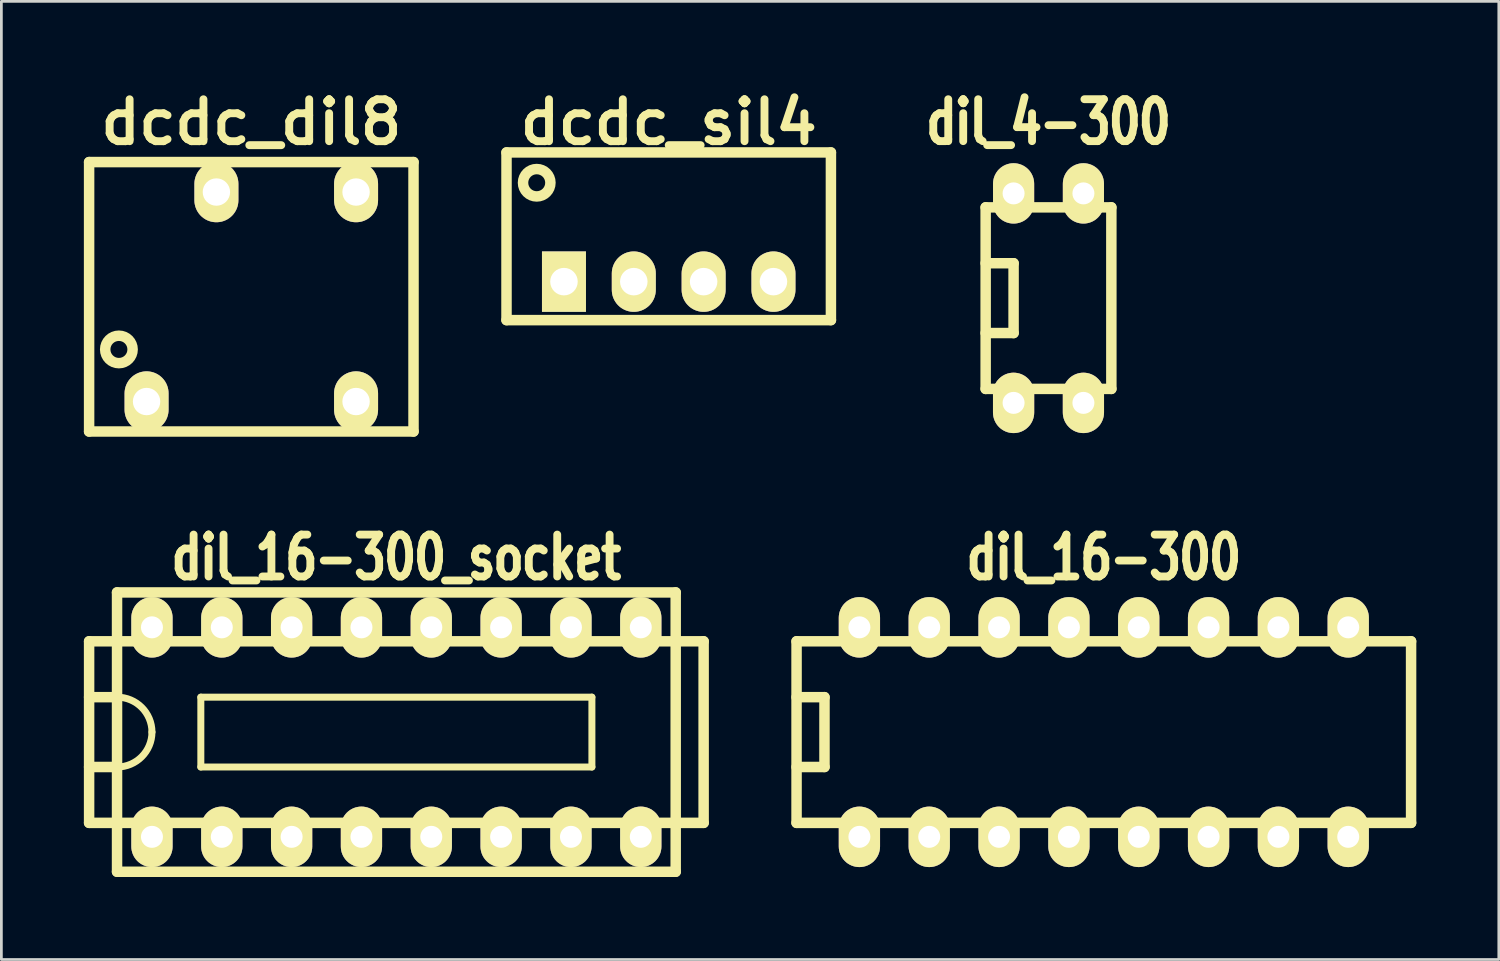
<source format=kicad_pcb>
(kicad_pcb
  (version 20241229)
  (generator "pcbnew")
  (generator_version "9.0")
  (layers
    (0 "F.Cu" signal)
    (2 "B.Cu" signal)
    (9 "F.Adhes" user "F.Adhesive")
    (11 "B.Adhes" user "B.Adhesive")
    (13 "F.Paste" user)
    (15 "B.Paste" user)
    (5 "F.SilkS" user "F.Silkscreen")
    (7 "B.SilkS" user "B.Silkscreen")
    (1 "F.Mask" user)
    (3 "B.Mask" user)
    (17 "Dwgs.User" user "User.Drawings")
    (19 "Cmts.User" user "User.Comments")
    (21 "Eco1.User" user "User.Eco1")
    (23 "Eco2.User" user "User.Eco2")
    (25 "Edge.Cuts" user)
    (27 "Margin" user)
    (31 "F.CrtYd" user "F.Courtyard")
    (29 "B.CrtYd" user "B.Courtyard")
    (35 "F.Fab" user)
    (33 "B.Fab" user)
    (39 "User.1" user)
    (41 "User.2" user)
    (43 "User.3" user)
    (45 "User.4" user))
  (footprint "dil_16-300_socket"
    (layer "F.Cu")
    (at 11.367 23.578)
    (property "Reference" "dil_16-300_socket" (at 0 -6.35 0) (layer "F.SilkS") (effects (font (size 1.524 1.143) (thickness 0.287))))
    (attr through_hole)
    (fp_line (start -11.176 -3.302) (end 11.176 -3.302) (stroke (width 0.381) (type solid)) (layer "F.SilkS"))
    (fp_line (start -11.176 3.302) (end -11.176 -3.302) (stroke (width 0.381) (type solid)) (layer "F.SilkS"))
    (fp_line (start -10.16 -1.27) (end -11.176 -1.27) (stroke (width 0.381) (type solid)) (layer "F.SilkS"))
    (fp_line (start -10.16 1.27) (end -11.176 1.27) (stroke (width 0.381) (type solid)) (layer "F.SilkS"))
    (fp_line (start -10.16 5.08) (end -10.16 -5.08) (stroke (width 0.381) (type solid)) (layer "F.SilkS"))
    (fp_line (start -10.16 5.08) (end 10.16 5.08) (stroke (width 0.381) (type solid)) (layer "F.SilkS"))
    (fp_line (start -7.112 -1.27) (end -7.112 1.27) (stroke (width 0.254) (type solid)) (layer "F.SilkS"))
    (fp_line (start -7.112 -1.27) (end 7.112 -1.27) (stroke (width 0.254) (type solid)) (layer "F.SilkS"))
    (fp_line (start 7.112 1.27) (end -7.112 1.27) (stroke (width 0.254) (type solid)) (layer "F.SilkS"))
    (fp_line (start 7.112 1.27) (end 7.112 -1.27) (stroke (width 0.254) (type solid)) (layer "F.SilkS"))
    (fp_line (start 10.16 -5.08) (end -10.16 -5.08) (stroke (width 0.381) (type solid)) (layer "F.SilkS"))
    (fp_line (start 10.16 -5.08) (end 10.16 5.08) (stroke (width 0.381) (type solid)) (layer "F.SilkS"))
    (fp_line (start 11.176 -3.302) (end 11.176 3.302) (stroke (width 0.381) (type solid)) (layer "F.SilkS"))
    (fp_line (start 11.176 3.302) (end -11.176 3.302) (stroke (width 0.381) (type solid)) (layer "F.SilkS"))
    (fp_arc (start -10.16 -1.27) (mid -9.261974 -0.898026) (end -8.89 0) (stroke (width 0.254) (type solid)) (layer "F.SilkS"))
    (fp_arc (start -8.89 0) (mid -9.261974 0.898026) (end -10.16 1.27) (stroke (width 0.254) (type solid)) (layer "F.SilkS"))
    (pad "1" thru_hole oval (at -8.89 3.81) (size 1.501 2.2) (drill 0.8) (layers "*.Cu" "*.Mask" "F.SilkS"))
    (pad "2" thru_hole oval (at -6.35 3.81) (size 1.501 2.2) (drill 0.8) (layers "*.Cu" "*.Mask" "F.SilkS"))
    (pad "3" thru_hole oval (at -3.81 3.81) (size 1.501 2.2) (drill 0.8) (layers "*.Cu" "*.Mask" "F.SilkS"))
    (pad "4" thru_hole oval (at -1.27 3.81) (size 1.501 2.2) (drill 0.8) (layers "*.Cu" "*.Mask" "F.SilkS"))
    (pad "5" thru_hole oval (at 1.27 3.81) (size 1.501 2.2) (drill 0.8) (layers "*.Cu" "*.Mask" "F.SilkS"))
    (pad "6" thru_hole oval (at 3.81 3.81) (size 1.501 2.2) (drill 0.8) (layers "*.Cu" "*.Mask" "F.SilkS"))
    (pad "7" thru_hole oval (at 6.35 3.81) (size 1.501 2.2) (drill 0.8) (layers "*.Cu" "*.Mask" "F.SilkS"))
    (pad "8" thru_hole oval (at 8.89 3.81) (size 1.501 2.2) (drill 0.8) (layers "*.Cu" "*.Mask" "F.SilkS"))
    (pad "9" thru_hole oval (at 8.89 -3.81) (size 1.501 2.2) (drill 0.8) (layers "*.Cu" "*.Mask" "F.SilkS"))
    (pad "10" thru_hole oval (at 6.35 -3.81) (size 1.501 2.2) (drill 0.8) (layers "*.Cu" "*.Mask" "F.SilkS"))
    (pad "11" thru_hole oval (at 3.81 -3.81) (size 1.501 2.2) (drill 0.8) (layers "*.Cu" "*.Mask" "F.SilkS"))
    (pad "12" thru_hole oval (at 1.27 -3.81) (size 1.501 2.2) (drill 0.8) (layers "*.Cu" "*.Mask" "F.SilkS"))
    (pad "13" thru_hole oval (at -1.27 -3.81) (size 1.501 2.2) (drill 0.8) (layers "*.Cu" "*.Mask" "F.SilkS"))
    (pad "14" thru_hole oval (at -3.81 -3.81) (size 1.501 2.2) (drill 0.8) (layers "*.Cu" "*.Mask" "F.SilkS"))
    (pad "15" thru_hole oval (at -6.35 -3.81) (size 1.501 2.2) (drill 0.8) (layers "*.Cu" "*.Mask" "F.SilkS"))
    (pad "16" thru_hole oval (at -8.89 -3.81) (size 1.501 2.2) (drill 0.8) (layers "*.Cu" "*.Mask" "F.SilkS")))
  (footprint "dcdc_sil4"
    (layer "F.Cu")
    (at 21.273 7.194)
    (property "Reference" "dcdc_sil4" (at 0 -5.799 0) (layer "F.SilkS") (effects (font (size 1.524 1.524) (thickness 0.287))))
    (attr through_hole)
    (fp_line (start -5.9 -4.699) (end -5.9 1.4) (stroke (width 0.381) (type solid)) (layer "F.SilkS"))
    (fp_line (start -5.9 -4.699) (end 5.9 -4.699) (stroke (width 0.381) (type solid)) (layer "F.SilkS"))
    (fp_line (start 5.9 1.4) (end -5.9 1.4) (stroke (width 0.381) (type solid)) (layer "F.SilkS"))
    (fp_line (start 5.9 1.4) (end 5.9 -4.699) (stroke (width 0.381) (type solid)) (layer "F.SilkS"))
    (fp_circle (center -4.801 -3.597) (end -5.1 -3.198) (stroke (width 0.381) (type solid)) (fill no) (layer "F.SilkS"))
    (pad "1" thru_hole rect (at -3.81 0) (size 1.6 2.197) (drill 1.001) (layers "*.Cu" "*.Mask" "F.SilkS"))
    (pad "2" thru_hole oval (at -1.27 0) (size 1.6 2.197) (drill 1.001) (layers "*.Cu" "*.Mask" "F.SilkS"))
    (pad "3" thru_hole oval (at 1.27 0) (size 1.6 2.197) (drill 1.001) (layers "*.Cu" "*.Mask" "F.SilkS"))
    (pad "4" thru_hole oval (at 3.81 0) (size 1.6 2.197) (drill 1.001) (layers "*.Cu" "*.Mask" "F.SilkS")))
  (footprint "dcdc_dil8"
    (layer "F.Cu")
    (at 6.091 7.745)
    (property "Reference" "dcdc_dil8" (at 0 -6.35 0) (layer "F.SilkS") (effects (font (size 1.524 1.524) (thickness 0.287))))
    (attr through_hole)
    (fp_line (start -5.9 -4.9) (end 5.9 -4.9) (stroke (width 0.381) (type solid)) (layer "F.SilkS"))
    (fp_line (start -5.9 4.9) (end -5.9 -4.9) (stroke (width 0.381) (type solid)) (layer "F.SilkS"))
    (fp_line (start 5.9 -4.9) (end 5.9 4.9) (stroke (width 0.381) (type solid)) (layer "F.SilkS"))
    (fp_line (start 5.9 4.9) (end -5.9 4.9) (stroke (width 0.381) (type solid)) (layer "F.SilkS"))
    (fp_circle (center -4.816 1.915) (end -5.116 2.314) (stroke (width 0.381) (type solid)) (fill no) (layer "F.SilkS"))
    (pad "1" thru_hole oval (at -3.81 3.81) (size 1.6 2.197) (drill 0.996) (layers "*.Cu" "*.Mask" "F.SilkS"))
    (pad "4" thru_hole oval (at 3.81 3.81) (size 1.6 2.197) (drill 0.996) (layers "*.Cu" "*.Mask" "F.SilkS"))
    (pad "5" thru_hole oval (at 3.81 -3.81) (size 1.6 2.197) (drill 0.996) (layers "*.Cu" "*.Mask" "F.SilkS"))
    (pad "7" thru_hole oval (at -1.27 -3.81) (size 1.6 2.197) (drill 0.996) (layers "*.Cu" "*.Mask" "F.SilkS")))
  (footprint "dil_16-300"
    (layer "F.Cu")
    (at 37.099 23.578)
    (property "Reference" "dil_16-300" (at 0 -6.35 0) (layer "F.SilkS") (effects (font (size 1.524 1.143) (thickness 0.287))))
    (attr through_hole)
    (fp_line (start -11.176 -3.302) (end 11.176 -3.302) (stroke (width 0.381) (type solid)) (layer "F.SilkS"))
    (fp_line (start -11.176 3.302) (end -11.176 -3.302) (stroke (width 0.381) (type solid)) (layer "F.SilkS"))
    (fp_line (start -10.16 -1.27) (end -11.176 -1.27) (stroke (width 0.381) (type solid)) (layer "F.SilkS"))
    (fp_line (start -10.16 -1.27) (end -10.16 1.27) (stroke (width 0.381) (type solid)) (layer "F.SilkS"))
    (fp_line (start -10.16 1.27) (end -11.176 1.27) (stroke (width 0.381) (type solid)) (layer "F.SilkS"))
    (fp_line (start 11.176 -3.302) (end 11.176 3.302) (stroke (width 0.381) (type solid)) (layer "F.SilkS"))
    (fp_line (start 11.176 3.302) (end -11.176 3.302) (stroke (width 0.381) (type solid)) (layer "F.SilkS"))
    (pad "1" thru_hole oval (at -8.89 3.81) (size 1.501 2.2) (drill 0.8) (layers "*.Cu" "*.Mask" "F.SilkS"))
    (pad "2" thru_hole oval (at -6.35 3.81) (size 1.501 2.2) (drill 0.8) (layers "*.Cu" "*.Mask" "F.SilkS"))
    (pad "3" thru_hole oval (at -3.81 3.81) (size 1.501 2.2) (drill 0.8) (layers "*.Cu" "*.Mask" "F.SilkS"))
    (pad "4" thru_hole oval (at -1.27 3.81) (size 1.501 2.2) (drill 0.8) (layers "*.Cu" "*.Mask" "F.SilkS"))
    (pad "5" thru_hole oval (at 1.27 3.81) (size 1.501 2.2) (drill 0.8) (layers "*.Cu" "*.Mask" "F.SilkS"))
    (pad "6" thru_hole oval (at 3.81 3.81) (size 1.501 2.2) (drill 0.8) (layers "*.Cu" "*.Mask" "F.SilkS"))
    (pad "7" thru_hole oval (at 6.35 3.81) (size 1.501 2.2) (drill 0.8) (layers "*.Cu" "*.Mask" "F.SilkS"))
    (pad "8" thru_hole oval (at 8.89 3.81) (size 1.501 2.2) (drill 0.8) (layers "*.Cu" "*.Mask" "F.SilkS"))
    (pad "9" thru_hole oval (at 8.89 -3.81) (size 1.501 2.2) (drill 0.8) (layers "*.Cu" "*.Mask" "F.SilkS"))
    (pad "10" thru_hole oval (at 6.35 -3.81) (size 1.501 2.2) (drill 0.8) (layers "*.Cu" "*.Mask" "F.SilkS"))
    (pad "11" thru_hole oval (at 3.81 -3.81) (size 1.501 2.2) (drill 0.8) (layers "*.Cu" "*.Mask" "F.SilkS"))
    (pad "12" thru_hole oval (at 1.27 -3.81) (size 1.501 2.2) (drill 0.8) (layers "*.Cu" "*.Mask" "F.SilkS"))
    (pad "13" thru_hole oval (at -1.27 -3.81) (size 1.501 2.2) (drill 0.8) (layers "*.Cu" "*.Mask" "F.SilkS"))
    (pad "14" thru_hole oval (at -3.81 -3.81) (size 1.501 2.2) (drill 0.8) (layers "*.Cu" "*.Mask" "F.SilkS"))
    (pad "15" thru_hole oval (at -6.35 -3.81) (size 1.501 2.2) (drill 0.8) (layers "*.Cu" "*.Mask" "F.SilkS"))
    (pad "16" thru_hole oval (at -8.89 -3.81) (size 1.501 2.2) (drill 0.8) (layers "*.Cu" "*.Mask" "F.SilkS")))
  (footprint "dil_4-300"
    (layer "F.Cu")
    (at 35.087 7.794)
    (property "Reference" "dil_4-300" (at 0 -6.401 0) (layer "F.SilkS") (effects (font (size 1.524 1.143) (thickness 0.287))))
    (attr through_hole)
    (fp_line (start -2.286 -3.302) (end 2.286 -3.302) (stroke (width 0.381) (type solid)) (layer "F.SilkS"))
    (fp_line (start -2.286 3.302) (end -2.286 -3.302) (stroke (width 0.381) (type solid)) (layer "F.SilkS"))
    (fp_line (start -1.27 -1.27) (end -2.286 -1.27) (stroke (width 0.381) (type solid)) (layer "F.SilkS"))
    (fp_line (start -1.27 -1.27) (end -1.27 1.27) (stroke (width 0.381) (type solid)) (layer "F.SilkS"))
    (fp_line (start -1.27 1.27) (end -2.286 1.27) (stroke (width 0.381) (type solid)) (layer "F.SilkS"))
    (fp_line (start 2.286 -3.302) (end 2.286 3.302) (stroke (width 0.381) (type solid)) (layer "F.SilkS"))
    (fp_line (start 2.286 3.302) (end -2.286 3.302) (stroke (width 0.381) (type solid)) (layer "F.SilkS"))
    (pad "1" thru_hole oval (at -1.27 3.81) (size 1.499 2.197) (drill 0.8) (layers "*.Cu" "*.Mask" "F.SilkS"))
    (pad "2" thru_hole oval (at 1.27 3.81) (size 1.499 2.197) (drill 0.8) (layers "*.Cu" "*.Mask" "F.SilkS"))
    (pad "3" thru_hole oval (at 1.27 -3.81) (size 1.496 2.195) (drill 0.8) (layers "*.Cu" "*.Mask" "F.SilkS"))
    (pad "4" thru_hole oval (at -1.27 -3.81) (size 1.496 2.195) (drill 0.8) (layers "*.Cu" "*.Mask" "F.SilkS")))
  (gr_rect
    (start -3 -3)
    (end 51.466 31.849)
    (stroke (width 0.1) (type default))
    (fill no)
    (layer "Edge.Cuts")))
</source>
